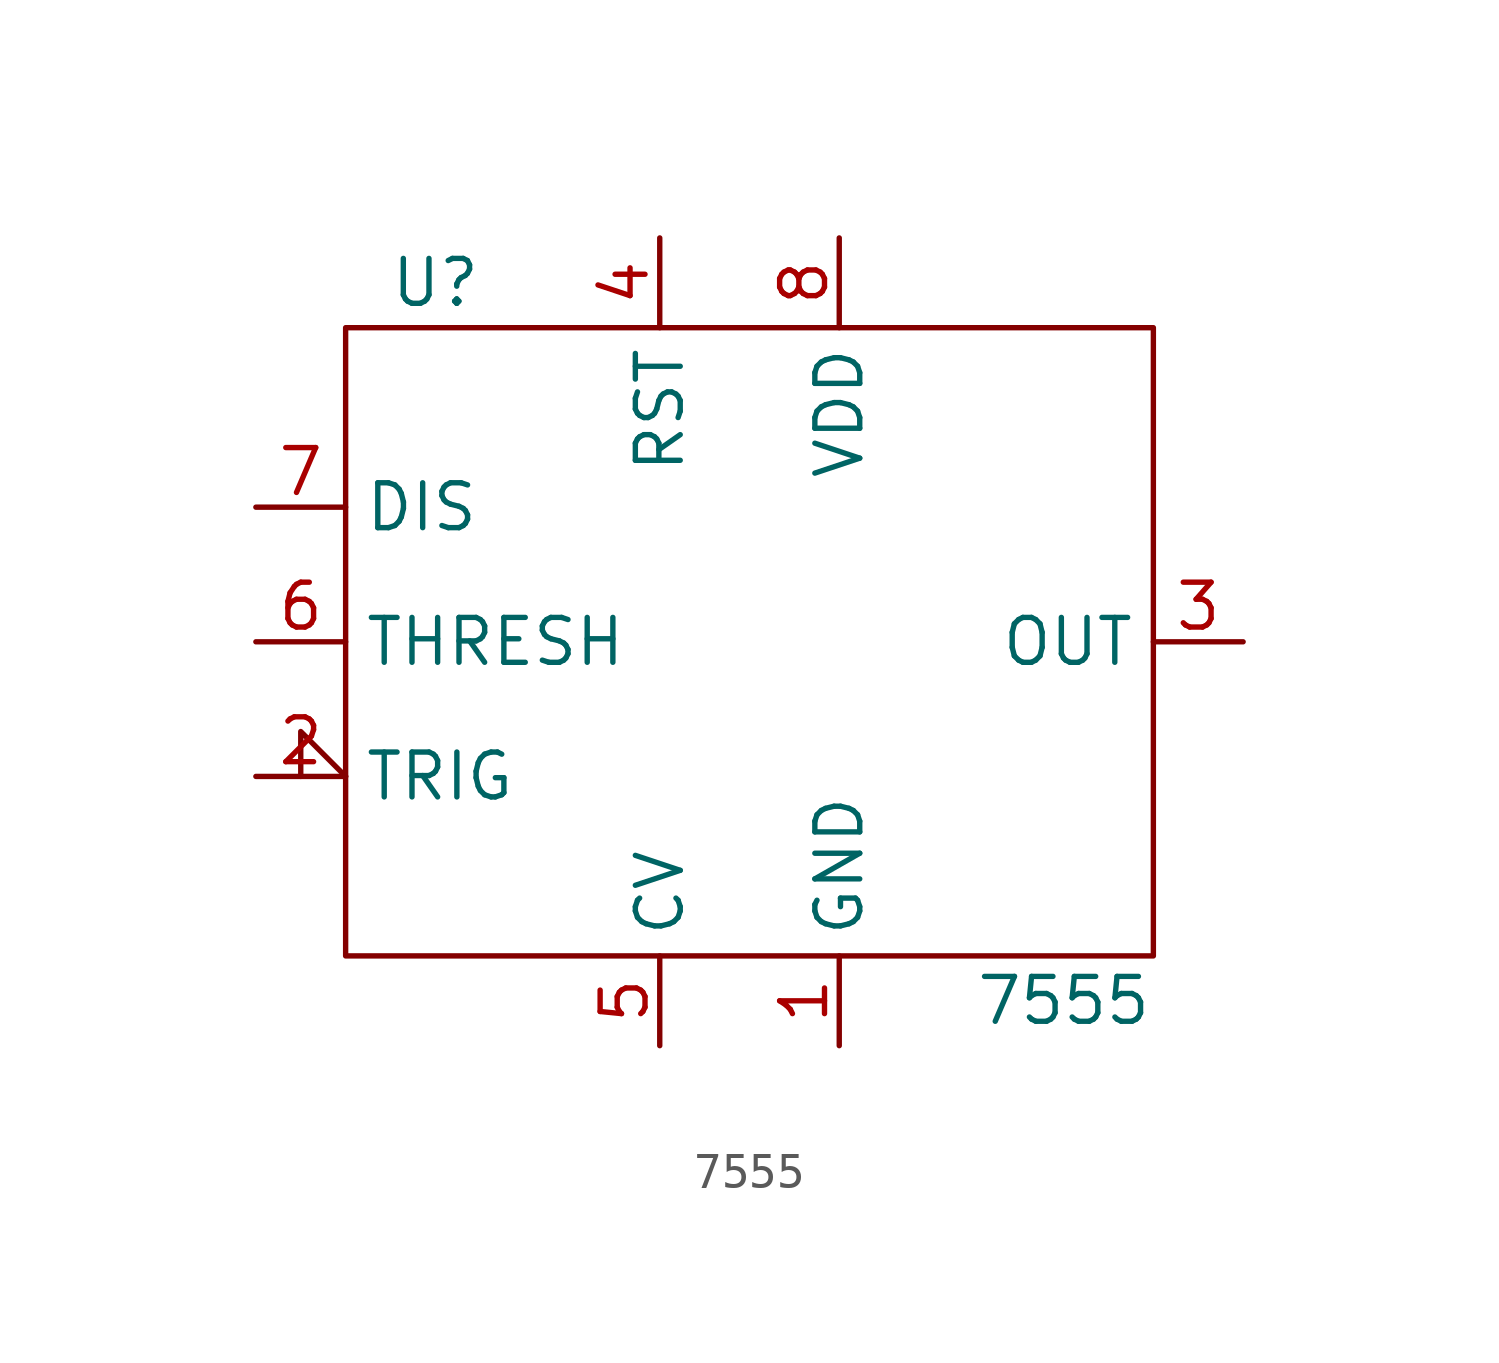
<source format=kicad_sym>
(kicad_symbol_lib
  (version 20211014)
  (generator kicad_symbol_editor)
  (symbol "7555"
    (property "Reference" "U"
      (at -8.89 10.16 0)
      (effects (font (size 1.27 1.27))))
    (property "Value" "7555"
      (at 8.89 -10.16 0)
      (effects (font (size 1.27 1.27))))
    (symbol "7555_0_1"
      (rectangle (start 11.43 -8.89) (end -11.43 8.89) (stroke (width 0) (type default) (color 0 0 0 0)) (fill (type none))))
    (symbol "7555_1_1"
      (pin input line (at 2.54 -11.43 90) (length 2.54) (name "GND" (effects (font (size 1.27 1.27)))) (number "1" (effects (font (size 1.27 1.27)))))
      (pin input input_low (at -13.97 -3.81 0) (length 2.54) (name "TRIG" (effects (font (size 1.27 1.27)))) (number "2" (effects (font (size 1.27 1.27)))))
      (pin input line (at 13.97 0 180) (length 2.54) (name "OUT" (effects (font (size 1.27 1.27)))) (number "3" (effects (font (size 1.27 1.27)))))
      (pin input line (at -2.54 11.43 270) (length 2.54) (name "RST" (effects (font (size 1.27 1.27)))) (number "4" (effects (font (size 1.27 1.27)))))
      (pin input line (at -2.54 -11.43 90) (length 2.54) (name "CV" (effects (font (size 1.27 1.27)))) (number "5" (effects (font (size 1.27 1.27)))))
      (pin input line (at -13.97 0 0) (length 2.54) (name "THRESH" (effects (font (size 1.27 1.27)))) (number "6" (effects (font (size 1.27 1.27)))))
      (pin input line (at -13.97 3.81 0) (length 2.54) (name "DIS" (effects (font (size 1.27 1.27)))) (number "7" (effects (font (size 1.27 1.27)))))
      (pin input line (at 2.54 11.43 270) (length 2.54) (name "VDD" (effects (font (size 1.27 1.27)))) (number "8" (effects (font (size 1.27 1.27))))))))
</source>
